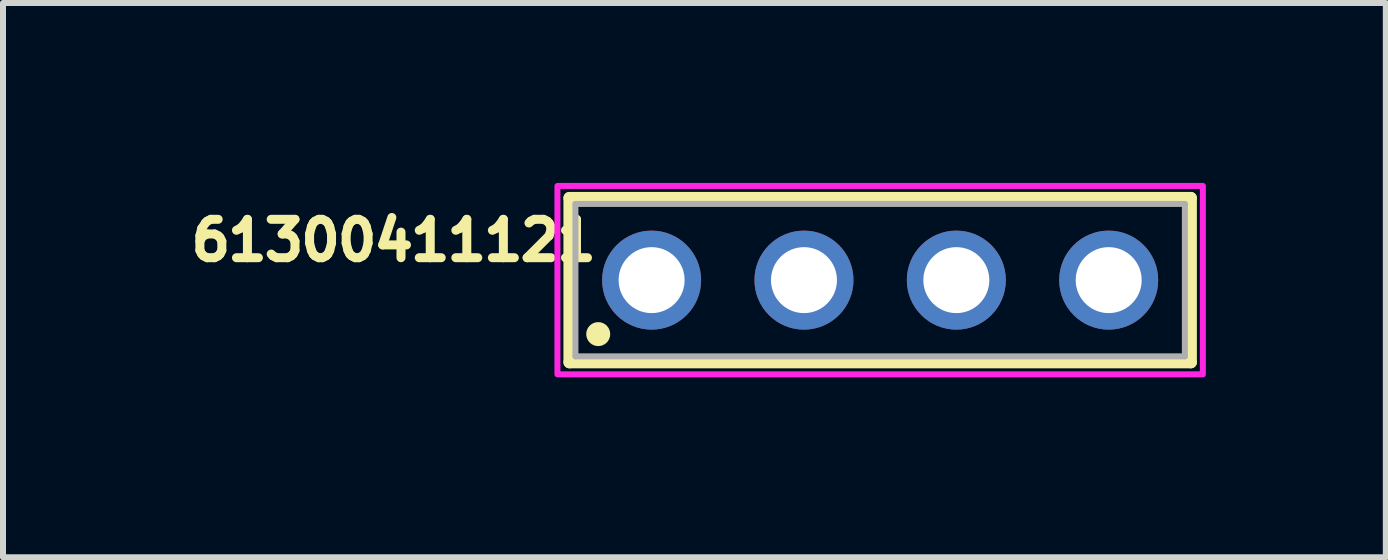
<source format=kicad_pcb>
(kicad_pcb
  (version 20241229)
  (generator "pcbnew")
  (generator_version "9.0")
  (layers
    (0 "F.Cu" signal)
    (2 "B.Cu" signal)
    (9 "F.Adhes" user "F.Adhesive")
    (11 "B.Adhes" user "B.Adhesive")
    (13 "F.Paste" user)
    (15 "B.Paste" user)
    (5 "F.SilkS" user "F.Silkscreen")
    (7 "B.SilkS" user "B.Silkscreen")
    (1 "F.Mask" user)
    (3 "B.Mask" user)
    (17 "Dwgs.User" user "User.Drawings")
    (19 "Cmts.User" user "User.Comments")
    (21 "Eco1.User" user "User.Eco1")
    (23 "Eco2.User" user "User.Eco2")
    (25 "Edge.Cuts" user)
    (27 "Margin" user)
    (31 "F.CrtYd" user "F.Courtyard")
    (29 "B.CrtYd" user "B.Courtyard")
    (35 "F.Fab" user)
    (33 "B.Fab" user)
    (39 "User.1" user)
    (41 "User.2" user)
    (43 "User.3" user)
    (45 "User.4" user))
  (footprint "61300411121"
    (layer "F.Cu")
    (at 11.623 1.62)
    (property "Reference" "61300411121" (at -8.11 -0.662 0) (layer "F.SilkS") (effects (font (size 0.64 0.64) (thickness 0.15))))
    (attr through_hole)
    (fp_line (start -5.18 -1.37) (end 5.18 -1.37) (stroke (width 0.2) (type solid)) (layer "F.SilkS"))
    (fp_line (start -5.18 1.37) (end -5.18 -1.37) (stroke (width 0.2) (type solid)) (layer "F.SilkS"))
    (fp_line (start 5.18 -1.37) (end 5.18 1.37) (stroke (width 0.2) (type solid)) (layer "F.SilkS"))
    (fp_line (start 5.18 1.37) (end -5.18 1.37) (stroke (width 0.2) (type solid)) (layer "F.SilkS"))
    (fp_circle (center -4.7 0.9) (end -4.6 0.9) (stroke (width 0.2) (type solid)) (fill no) (layer "F.SilkS"))
    (fp_poly (pts (xy -5.38 -1.57) (xy 5.38 -1.57) (xy 5.38 1.57) (xy -5.38 1.57)) (stroke (width 0.1) (type solid)) (fill no) (layer "F.CrtYd"))
    (fp_line (start -5.08 -1.27) (end -5.08 1.27) (stroke (width 0.1) (type solid)) (layer "F.Fab"))
    (fp_line (start -5.08 1.27) (end 5.08 1.27) (stroke (width 0.1) (type solid)) (layer "F.Fab"))
    (fp_line (start 5.08 -1.27) (end -5.08 -1.27) (stroke (width 0.1) (type solid)) (layer "F.Fab"))
    (fp_line (start 5.08 1.27) (end 5.08 -1.27) (stroke (width 0.1) (type solid)) (layer "F.Fab"))
    (pad "1" thru_hole circle (at -3.81 0) (size 1.65 1.65) (drill 1.1) (layers "*.Cu" "*.Mask"))
    (pad "2" thru_hole circle (at -1.27 0) (size 1.65 1.65) (drill 1.1) (layers "*.Cu" "*.Mask"))
    (pad "3" thru_hole circle (at 1.27 0) (size 1.65 1.65) (drill 1.1) (layers "*.Cu" "*.Mask"))
    (pad "4" thru_hole circle (at 3.81 0) (size 1.65 1.65) (drill 1.1) (layers "*.Cu" "*.Mask")))
  (gr_rect
    (start -3 -3)
    (end 20.053 6.24)
    (stroke (width 0.1) (type default))
    (fill no)
    (layer "Edge.Cuts")))
</source>
